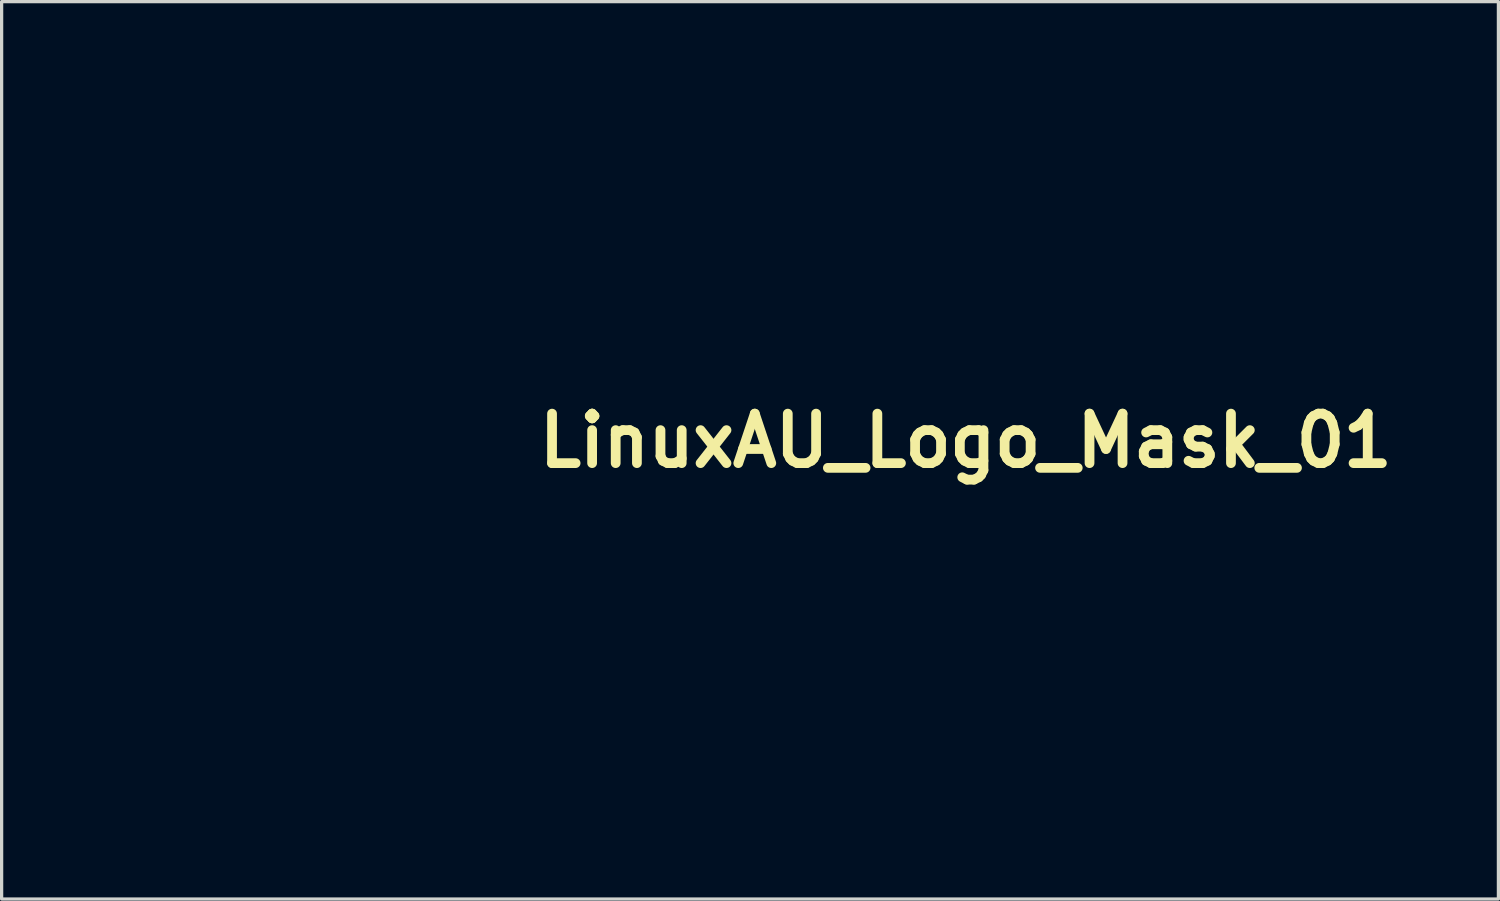
<source format=kicad_pcb>
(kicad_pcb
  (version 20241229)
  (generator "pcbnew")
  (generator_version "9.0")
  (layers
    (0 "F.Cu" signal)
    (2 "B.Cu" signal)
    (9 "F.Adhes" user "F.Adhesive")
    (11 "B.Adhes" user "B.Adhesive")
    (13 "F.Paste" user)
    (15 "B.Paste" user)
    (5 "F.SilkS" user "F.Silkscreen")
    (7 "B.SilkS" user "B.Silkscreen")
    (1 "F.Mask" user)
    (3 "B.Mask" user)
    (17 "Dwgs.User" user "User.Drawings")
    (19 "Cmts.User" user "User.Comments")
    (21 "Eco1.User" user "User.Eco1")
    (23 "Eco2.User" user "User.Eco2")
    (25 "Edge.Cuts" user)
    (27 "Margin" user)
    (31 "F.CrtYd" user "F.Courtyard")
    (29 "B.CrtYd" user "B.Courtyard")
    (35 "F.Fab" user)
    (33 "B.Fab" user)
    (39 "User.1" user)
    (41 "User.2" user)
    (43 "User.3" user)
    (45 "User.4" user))
  (footprint "LinuxAU_Logo_Mask_01"
    (layer "F.Cu")
    (at 26.681 10.518)
    (property "Reference" "LinuxAU_Logo_Mask_01" (at 0 0 0) (layer "F.SilkS") (effects (font (size 1.524 1.524) (thickness 0.3))))
    (attr through_hole)
    (fp_poly (pts (xy -11.603 -9.466) (xy -11.562 -9.46) (xy -11.406 -9.424) (xy -11.258 -9.37) (xy -11.12 -9.298) (xy -10.992 -9.21) (xy -10.876 -9.107) (xy -10.773 -8.991) (xy -10.686 -8.862) (xy -10.614 -8.723) (xy -10.56 -8.574) (xy -10.535 -8.474) (xy -10.522 -8.387) (xy -10.515 -8.288) (xy -10.514 -8.184) (xy -10.518 -8.084) (xy -10.529 -7.996) (xy -10.529 -7.991) (xy -10.566 -7.84) (xy -10.622 -7.695) (xy -10.696 -7.559) (xy -10.785 -7.433) (xy -10.889 -7.318) (xy -11.006 -7.217) (xy -11.135 -7.13) (xy -11.274 -7.06) (xy -11.421 -7.008) (xy -11.435 -7.004) (xy -11.585 -6.973) (xy -11.733 -6.96) (xy -11.886 -6.965) (xy -11.914 -6.968) (xy -12.061 -6.994) (xy -12.207 -7.039) (xy -12.347 -7.102) (xy -12.479 -7.181) (xy -12.601 -7.274) (xy -12.709 -7.381) (xy -12.781 -7.471) (xy -12.869 -7.609) (xy -12.936 -7.749) (xy -12.984 -7.895) (xy -13.013 -8.047) (xy -13.023 -8.21) (xy -13.023 -8.222) (xy -13.013 -8.382) (xy -12.984 -8.536) (xy -12.937 -8.683) (xy -12.873 -8.82) (xy -12.794 -8.947) (xy -12.701 -9.063) (xy -12.596 -9.167) (xy -12.478 -9.258) (xy -12.351 -9.335) (xy -12.214 -9.396) (xy -12.07 -9.441) (xy -11.919 -9.468) (xy -11.763 -9.477) (xy -11.603 -9.466)) (stroke (width 0.01) (type solid)) (fill yes) (layer "F.Mask"))
    (fp_poly (pts (xy -5.412 1.344) (xy -5.304 1.355) (xy -5.202 1.374) (xy -5.097 1.403) (xy -5.061 1.415) (xy -4.901 1.479) (xy -4.751 1.561) (xy -4.612 1.66) (xy -4.486 1.774) (xy -4.374 1.901) (xy -4.276 2.04) (xy -4.195 2.191) (xy -4.132 2.35) (xy -4.087 2.518) (xy -4.08 2.552) (xy -4.07 2.627) (xy -4.064 2.716) (xy -4.062 2.811) (xy -4.063 2.906) (xy -4.069 2.994) (xy -4.079 3.069) (xy -4.081 3.075) (xy -4.125 3.249) (xy -4.187 3.413) (xy -4.265 3.566) (xy -4.36 3.708) (xy -4.47 3.836) (xy -4.593 3.951) (xy -4.728 4.05) (xy -4.875 4.134) (xy -5.033 4.2) (xy -5.2 4.249) (xy -5.357 4.277) (xy -5.418 4.282) (xy -5.491 4.285) (xy -5.566 4.286) (xy -5.637 4.284) (xy -5.686 4.281) (xy -5.861 4.252) (xy -6.029 4.203) (xy -6.189 4.134) (xy -6.34 4.048) (xy -6.48 3.942) (xy -6.575 3.855) (xy -6.691 3.724) (xy -6.789 3.586) (xy -6.868 3.441) (xy -6.929 3.291) (xy -6.973 3.137) (xy -6.999 2.981) (xy -7.008 2.824) (xy -7.001 2.668) (xy -6.977 2.514) (xy -6.938 2.362) (xy -6.883 2.216) (xy -6.812 2.076) (xy -6.727 1.944) (xy -6.627 1.82) (xy -6.513 1.707) (xy -6.384 1.606) (xy -6.243 1.519) (xy -6.087 1.446) (xy -6 1.413) (xy -5.893 1.381) (xy -5.791 1.359) (xy -5.686 1.346) (xy -5.571 1.341) (xy -5.532 1.341) (xy -5.412 1.344)) (stroke (width 0.01) (type solid)) (fill yes) (layer "F.Mask"))
    (fp_poly (pts (xy -11.34 7.234) (xy -11.265 7.239) (xy -11.247 7.241) (xy -11.051 7.275) (xy -10.862 7.328) (xy -10.681 7.399) (xy -10.509 7.487) (xy -10.347 7.592) (xy -10.197 7.712) (xy -10.059 7.845) (xy -9.935 7.992) (xy -9.826 8.151) (xy -9.733 8.32) (xy -9.657 8.5) (xy -9.6 8.688) (xy -9.589 8.736) (xy -9.554 8.939) (xy -9.54 9.141) (xy -9.548 9.341) (xy -9.576 9.538) (xy -9.625 9.732) (xy -9.695 9.923) (xy -9.751 10.044) (xy -9.852 10.22) (xy -9.968 10.382) (xy -10.1 10.53) (xy -10.247 10.664) (xy -10.408 10.783) (xy -10.583 10.885) (xy -10.625 10.906) (xy -10.811 10.986) (xy -11.003 11.045) (xy -11.2 11.084) (xy -11.401 11.103) (xy -11.605 11.101) (xy -11.676 11.095) (xy -11.864 11.067) (xy -12.05 11.019) (xy -12.232 10.952) (xy -12.407 10.868) (xy -12.572 10.768) (xy -12.726 10.653) (xy -12.866 10.524) (xy -12.944 10.44) (xy -13.065 10.282) (xy -13.171 10.114) (xy -13.259 9.937) (xy -13.328 9.754) (xy -13.378 9.566) (xy -13.405 9.403) (xy -13.412 9.313) (xy -13.414 9.211) (xy -13.413 9.102) (xy -13.407 8.993) (xy -13.397 8.891) (xy -13.384 8.8) (xy -13.379 8.771) (xy -13.327 8.575) (xy -13.256 8.388) (xy -13.168 8.212) (xy -13.064 8.046) (xy -12.944 7.893) (xy -12.809 7.754) (xy -12.66 7.628) (xy -12.499 7.517) (xy -12.326 7.422) (xy -12.142 7.344) (xy -11.948 7.284) (xy -11.852 7.262) (xy -11.787 7.252) (xy -11.706 7.243) (xy -11.616 7.237) (xy -11.521 7.234) (xy -11.427 7.233) (xy -11.34 7.234)) (stroke (width 0.01) (type solid)) (fill yes) (layer "F.Mask"))
    (fp_poly (pts (xy -21.751 -10.513) (xy -21.668 -10.51) (xy -21.598 -10.505) (xy -21.578 -10.503) (xy -21.358 -10.466) (xy -21.146 -10.409) (xy -20.94 -10.332) (xy -20.743 -10.236) (xy -20.554 -10.12) (xy -20.416 -10.019) (xy -20.359 -9.971) (xy -20.294 -9.911) (xy -20.225 -9.842) (xy -20.157 -9.771) (xy -20.094 -9.701) (xy -20.04 -9.637) (xy -20.02 -9.61) (xy -19.899 -9.431) (xy -19.797 -9.245) (xy -19.714 -9.052) (xy -19.65 -8.854) (xy -19.604 -8.652) (xy -19.577 -8.448) (xy -19.568 -8.243) (xy -19.577 -8.038) (xy -19.604 -7.835) (xy -19.65 -7.635) (xy -19.713 -7.44) (xy -19.795 -7.25) (xy -19.894 -7.068) (xy -20.011 -6.894) (xy -20.145 -6.73) (xy -20.222 -6.649) (xy -20.387 -6.498) (xy -20.561 -6.367) (xy -20.745 -6.254) (xy -20.938 -6.159) (xy -21.14 -6.084) (xy -21.349 -6.028) (xy -21.565 -5.992) (xy -21.788 -5.976) (xy -22.017 -5.979) (xy -22.07 -5.983) (xy -22.284 -6.01) (xy -22.492 -6.057) (xy -22.695 -6.123) (xy -22.889 -6.208) (xy -23.075 -6.311) (xy -23.251 -6.431) (xy -23.415 -6.567) (xy -23.567 -6.719) (xy -23.706 -6.885) (xy -23.818 -7.048) (xy -23.914 -7.219) (xy -23.996 -7.402) (xy -24.062 -7.595) (xy -24.113 -7.793) (xy -24.136 -7.926) (xy -24.145 -8.01) (xy -24.151 -8.108) (xy -24.154 -8.214) (xy -24.153 -8.321) (xy -24.15 -8.424) (xy -24.143 -8.516) (xy -24.136 -8.571) (xy -24.101 -8.753) (xy -24.055 -8.924) (xy -23.995 -9.09) (xy -23.928 -9.24) (xy -23.824 -9.431) (xy -23.703 -9.61) (xy -23.567 -9.775) (xy -23.417 -9.925) (xy -23.254 -10.061) (xy -23.079 -10.18) (xy -22.893 -10.283) (xy -22.697 -10.368) (xy -22.493 -10.434) (xy -22.281 -10.482) (xy -22.178 -10.497) (xy -22.11 -10.504) (xy -22.028 -10.509) (xy -21.937 -10.512) (xy -21.843 -10.513) (xy -21.751 -10.513)) (stroke (width 0.01) (type solid)) (fill yes) (layer "F.Mask"))
    (fp_poly (pts (xy -23.947 -2.757) (xy -23.855 -2.754) (xy -23.774 -2.75) (xy -23.717 -2.744) (xy -23.477 -2.703) (xy -23.247 -2.642) (xy -23.027 -2.563) (xy -22.816 -2.465) (xy -22.614 -2.348) (xy -22.419 -2.211) (xy -22.26 -2.079) (xy -22.215 -2.037) (xy -22.168 -1.99) (xy -22.12 -1.941) (xy -22.074 -1.891) (xy -22.033 -1.845) (xy -21.998 -1.804) (xy -21.973 -1.771) (xy -21.96 -1.749) (xy -21.959 -1.744) (xy -21.961 -1.727) (xy -21.968 -1.695) (xy -21.979 -1.649) (xy -21.992 -1.595) (xy -22 -1.559) (xy -22.08 -1.198) (xy -22.138 -0.838) (xy -22.176 -0.479) (xy -22.192 -0.119) (xy -22.187 0.241) (xy -22.161 0.602) (xy -22.154 0.672) (xy -22.131 0.85) (xy -22.101 1.04) (xy -22.065 1.234) (xy -22.024 1.426) (xy -22.012 1.476) (xy -21.99 1.57) (xy -22.02 1.608) (xy -22.048 1.642) (xy -22.09 1.687) (xy -22.14 1.738) (xy -22.195 1.792) (xy -22.253 1.846) (xy -22.308 1.896) (xy -22.357 1.938) (xy -22.372 1.95) (xy -22.564 2.09) (xy -22.766 2.211) (xy -22.978 2.315) (xy -23.198 2.399) (xy -23.425 2.464) (xy -23.657 2.508) (xy -23.699 2.514) (xy -23.768 2.521) (xy -23.854 2.526) (xy -23.949 2.529) (xy -24.05 2.529) (xy -24.149 2.528) (xy -24.243 2.525) (xy -24.326 2.519) (xy -24.384 2.513) (xy -24.611 2.472) (xy -24.835 2.411) (xy -25.053 2.331) (xy -25.263 2.233) (xy -25.463 2.118) (xy -25.62 2.009) (xy -25.803 1.859) (xy -25.97 1.695) (xy -26.122 1.518) (xy -26.256 1.328) (xy -26.374 1.128) (xy -26.474 0.916) (xy -26.555 0.695) (xy -26.618 0.465) (xy -26.657 0.265) (xy -26.665 0.193) (xy -26.671 0.105) (xy -26.675 0.006) (xy -26.676 -0.098) (xy -26.676 -0.203) (xy -26.672 -0.304) (xy -26.667 -0.395) (xy -26.659 -0.471) (xy -26.657 -0.487) (xy -26.61 -0.726) (xy -26.545 -0.955) (xy -26.462 -1.172) (xy -26.361 -1.379) (xy -26.242 -1.577) (xy -26.103 -1.764) (xy -25.946 -1.943) (xy -25.903 -1.986) (xy -25.728 -2.147) (xy -25.543 -2.29) (xy -25.348 -2.414) (xy -25.143 -2.52) (xy -24.929 -2.607) (xy -24.703 -2.675) (xy -24.467 -2.726) (xy -24.389 -2.738) (xy -24.321 -2.746) (xy -24.237 -2.752) (xy -24.143 -2.755) (xy -24.045 -2.757) (xy -23.947 -2.757)) (stroke (width 0.01) (type solid)) (fill yes) (layer "F.Mask")))
  (gr_rect
    (start -3 -3)
    (end 43.078 24.626)
    (stroke (width 0.1) (type default))
    (fill no)
    (layer "Edge.Cuts")))
</source>
